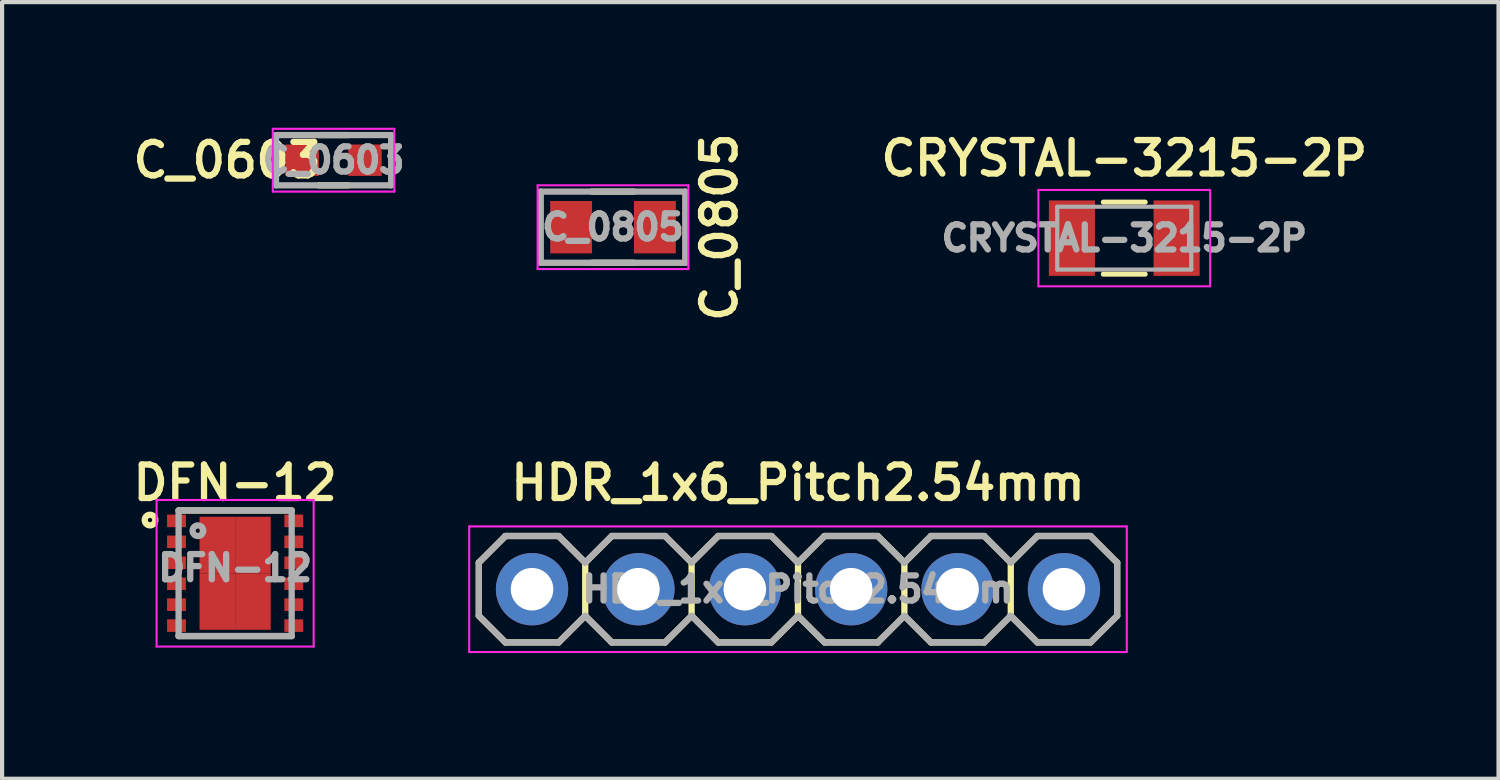
<source format=kicad_pcb>
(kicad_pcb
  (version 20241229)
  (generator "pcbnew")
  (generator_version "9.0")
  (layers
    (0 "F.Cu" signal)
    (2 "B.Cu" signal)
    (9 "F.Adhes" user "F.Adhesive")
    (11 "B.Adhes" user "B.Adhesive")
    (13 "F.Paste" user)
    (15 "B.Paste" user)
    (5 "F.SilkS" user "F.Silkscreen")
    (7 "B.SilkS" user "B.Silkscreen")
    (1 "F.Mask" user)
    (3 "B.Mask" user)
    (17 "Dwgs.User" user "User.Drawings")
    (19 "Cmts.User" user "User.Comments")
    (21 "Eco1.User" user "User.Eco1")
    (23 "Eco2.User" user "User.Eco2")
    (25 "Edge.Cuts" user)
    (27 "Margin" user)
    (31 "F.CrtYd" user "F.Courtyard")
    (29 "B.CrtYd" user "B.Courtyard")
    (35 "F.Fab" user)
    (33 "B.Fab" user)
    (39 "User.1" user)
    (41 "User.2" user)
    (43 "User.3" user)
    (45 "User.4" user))
  (footprint "DFN-12"
    (layer "F.Cu")
    (at 2.564 10.637)
    (property "Reference" "DFN-12" (at 0 -2.159 0) (layer "F.SilkS") (effects (font (size 0.8 0.8) (thickness 0.15))))
    (attr smd)
    (fp_line (start -1.35 -1.5) (end 1.35 -1.5) (stroke (width 0.15) (type solid)) (layer "F.SilkS"))
    (fp_line (start -1.35 1.5) (end 1.35 1.5) (stroke (width 0.15) (type solid)) (layer "F.SilkS"))
    (fp_circle (center -2.032 -1.27) (end -2.159 -1.27) (stroke (width 0.15) (type solid)) (fill no) (layer "F.SilkS"))
    (fp_line (start -1.875 -1.75) (end -1.875 1.75) (stroke (width 0.05) (type solid)) (layer "F.CrtYd"))
    (fp_line (start -1.875 -1.75) (end 1.875 -1.75) (stroke (width 0.05) (type solid)) (layer "F.CrtYd"))
    (fp_line (start -1.875 1.75) (end 1.875 1.75) (stroke (width 0.05) (type solid)) (layer "F.CrtYd"))
    (fp_line (start 1.875 -1.75) (end 1.875 1.75) (stroke (width 0.05) (type solid)) (layer "F.CrtYd"))
    (fp_line (start -1.35 -1.5) (end 1.35 -1.5) (stroke (width 0.15) (type solid)) (layer "F.Fab"))
    (fp_line (start -1.35 1.5) (end -1.35 -1.5) (stroke (width 0.15) (type solid)) (layer "F.Fab"))
    (fp_line (start -1.35 1.5) (end 1.35 1.5) (stroke (width 0.15) (type solid)) (layer "F.Fab"))
    (fp_line (start 1.35 -1.5) (end 1.35 1.5) (stroke (width 0.15) (type solid)) (layer "F.Fab"))
    (fp_circle (center -0.889 -1.016) (end -1.016 -1.016) (stroke (width 0.15) (type solid)) (fill no) (layer "F.Fab"))
    (fp_text user "${REFERENCE}" (at 0 -0.127 0) (layer "F.Fab") (effects (font (size 0.6 0.6) (thickness 0.15))))
    (pad "1" smd rect (at -1.4 -1.25) (size 0.45 0.3) (layers "F.Cu" "F.Mask" "F.Paste"))
    (pad "2" smd rect (at -1.4 -0.75) (size 0.45 0.3) (layers "F.Cu" "F.Mask" "F.Paste"))
    (pad "3" smd rect (at -1.4 -0.25) (size 0.45 0.3) (layers "F.Cu" "F.Mask" "F.Paste"))
    (pad "4" smd rect (at -1.4 0.25) (size 0.45 0.3) (layers "F.Cu" "F.Mask" "F.Paste"))
    (pad "5" smd rect (at -1.4 0.75) (size 0.45 0.3) (layers "F.Cu" "F.Mask" "F.Paste"))
    (pad "6" smd rect (at -1.4 1.25) (size 0.45 0.3) (layers "F.Cu" "F.Mask" "F.Paste"))
    (pad "7" smd rect (at 1.4 1.25) (size 0.45 0.3) (layers "F.Cu" "F.Mask" "F.Paste"))
    (pad "8" smd rect (at 1.4 0.75) (size 0.45 0.3) (layers "F.Cu" "F.Mask" "F.Paste"))
    (pad "9" smd rect (at 1.4 0.25) (size 0.45 0.3) (layers "F.Cu" "F.Mask" "F.Paste"))
    (pad "10" smd rect (at 1.4 -0.25) (size 0.45 0.3) (layers "F.Cu" "F.Mask" "F.Paste"))
    (pad "11" smd rect (at 1.4 -0.75) (size 0.45 0.3) (layers "F.Cu" "F.Mask" "F.Paste"))
    (pad "12" smd rect (at 1.4 -1.25) (size 0.45 0.3) (layers "F.Cu" "F.Mask" "F.Paste"))
    (pad "13" smd rect (at -0.425 -0.675) (size 0.85 1.35) (layers "F.Cu" "F.Mask" "F.Paste"))
    (pad "13" smd rect (at -0.425 0.675) (size 0.85 1.35) (layers "F.Cu" "F.Mask" "F.Paste"))
    (pad "13" smd rect (at 0.425 -0.675) (size 0.85 1.35) (layers "F.Cu" "F.Mask" "F.Paste"))
    (pad "13" smd rect (at 0.425 0.675) (size 0.85 1.35) (layers "F.Cu" "F.Mask" "F.Paste")))
  (footprint "HDR_1x6_Pitch2.54mm"
    (layer "F.Cu")
    (at 16.003 11.018)
    (property "Reference" "HDR_1x6_Pitch2.54mm" (at 0 -2.54 0) (layer "F.SilkS") (effects (font (size 0.8 0.8) (thickness 0.15))))
    (attr through_hole)
    (fp_line (start -7.62 -0.635) (end -7.62 0.635) (stroke (width 0.15) (type solid)) (layer "F.SilkS"))
    (fp_line (start -7.62 0.635) (end -6.985 1.27) (stroke (width 0.15) (type solid)) (layer "F.SilkS"))
    (fp_line (start -6.985 -1.27) (end -7.62 -0.635) (stroke (width 0.15) (type solid)) (layer "F.SilkS"))
    (fp_line (start -6.985 1.27) (end -5.715 1.27) (stroke (width 0.15) (type solid)) (layer "F.SilkS"))
    (fp_line (start -5.715 -1.27) (end -6.985 -1.27) (stroke (width 0.15) (type solid)) (layer "F.SilkS"))
    (fp_line (start -5.715 1.27) (end -5.08 0.635) (stroke (width 0.15) (type solid)) (layer "F.SilkS"))
    (fp_line (start -5.08 -0.635) (end -5.715 -1.27) (stroke (width 0.15) (type solid)) (layer "F.SilkS"))
    (fp_line (start -5.08 -0.635) (end -5.08 0.635) (stroke (width 0.15) (type solid)) (layer "F.SilkS"))
    (fp_line (start -5.08 0.635) (end -4.445 1.27) (stroke (width 0.15) (type solid)) (layer "F.SilkS"))
    (fp_line (start -4.445 -1.27) (end -5.08 -0.635) (stroke (width 0.15) (type solid)) (layer "F.SilkS"))
    (fp_line (start -4.445 1.27) (end -3.175 1.27) (stroke (width 0.15) (type solid)) (layer "F.SilkS"))
    (fp_line (start -3.175 -1.27) (end -4.445 -1.27) (stroke (width 0.15) (type solid)) (layer "F.SilkS"))
    (fp_line (start -3.175 1.27) (end -2.54 0.635) (stroke (width 0.15) (type solid)) (layer "F.SilkS"))
    (fp_line (start -2.54 -0.635) (end -3.175 -1.27) (stroke (width 0.15) (type solid)) (layer "F.SilkS"))
    (fp_line (start -2.54 -0.635) (end -2.54 0.635) (stroke (width 0.15) (type solid)) (layer "F.SilkS"))
    (fp_line (start -2.54 0.635) (end -1.905 1.27) (stroke (width 0.15) (type solid)) (layer "F.SilkS"))
    (fp_line (start -1.905 -1.27) (end -2.54 -0.635) (stroke (width 0.15) (type solid)) (layer "F.SilkS"))
    (fp_line (start -1.905 1.27) (end -0.635 1.27) (stroke (width 0.15) (type solid)) (layer "F.SilkS"))
    (fp_line (start -0.635 -1.27) (end -1.905 -1.27) (stroke (width 0.15) (type solid)) (layer "F.SilkS"))
    (fp_line (start -0.635 1.27) (end 0 0.635) (stroke (width 0.15) (type solid)) (layer "F.SilkS"))
    (fp_line (start 0 -0.635) (end -0.635 -1.27) (stroke (width 0.15) (type solid)) (layer "F.SilkS"))
    (fp_line (start 0 -0.635) (end 0 0.635) (stroke (width 0.15) (type solid)) (layer "F.SilkS"))
    (fp_line (start 0 0.635) (end 0.635 1.27) (stroke (width 0.15) (type solid)) (layer "F.SilkS"))
    (fp_line (start 0.635 -1.27) (end 0 -0.635) (stroke (width 0.15) (type solid)) (layer "F.SilkS"))
    (fp_line (start 0.635 1.27) (end 1.905 1.27) (stroke (width 0.15) (type solid)) (layer "F.SilkS"))
    (fp_line (start 1.905 -1.27) (end 0.635 -1.27) (stroke (width 0.15) (type solid)) (layer "F.SilkS"))
    (fp_line (start 1.905 1.27) (end 2.54 0.635) (stroke (width 0.15) (type solid)) (layer "F.SilkS"))
    (fp_line (start 2.54 -0.635) (end 1.905 -1.27) (stroke (width 0.15) (type solid)) (layer "F.SilkS"))
    (fp_line (start 2.54 -0.635) (end 2.54 0.635) (stroke (width 0.15) (type solid)) (layer "F.SilkS"))
    (fp_line (start 2.54 0.635) (end 3.175 1.27) (stroke (width 0.15) (type solid)) (layer "F.SilkS"))
    (fp_line (start 3.175 -1.27) (end 2.54 -0.635) (stroke (width 0.15) (type solid)) (layer "F.SilkS"))
    (fp_line (start 3.175 1.27) (end 4.445 1.27) (stroke (width 0.15) (type solid)) (layer "F.SilkS"))
    (fp_line (start 4.445 -1.27) (end 3.175 -1.27) (stroke (width 0.15) (type solid)) (layer "F.SilkS"))
    (fp_line (start 4.445 1.27) (end 5.08 0.635) (stroke (width 0.15) (type solid)) (layer "F.SilkS"))
    (fp_line (start 5.08 -0.635) (end 4.445 -1.27) (stroke (width 0.15) (type solid)) (layer "F.SilkS"))
    (fp_line (start 5.08 -0.635) (end 5.08 0.635) (stroke (width 0.15) (type solid)) (layer "F.SilkS"))
    (fp_line (start 5.08 0.635) (end 5.715 1.27) (stroke (width 0.15) (type solid)) (layer "F.SilkS"))
    (fp_line (start 5.715 -1.27) (end 5.08 -0.635) (stroke (width 0.15) (type solid)) (layer "F.SilkS"))
    (fp_line (start 5.715 1.27) (end 6.985 1.27) (stroke (width 0.15) (type solid)) (layer "F.SilkS"))
    (fp_line (start 6.985 -1.27) (end 5.715 -1.27) (stroke (width 0.15) (type solid)) (layer "F.SilkS"))
    (fp_line (start 6.985 1.27) (end 7.62 0.635) (stroke (width 0.15) (type solid)) (layer "F.SilkS"))
    (fp_line (start 7.62 -0.635) (end 6.985 -1.27) (stroke (width 0.15) (type solid)) (layer "F.SilkS"))
    (fp_line (start 7.62 0.635) (end 7.62 -0.635) (stroke (width 0.15) (type solid)) (layer "F.SilkS"))
    (fp_line (start -7.85 -1.5) (end -7.85 1.5) (stroke (width 0.05) (type solid)) (layer "F.CrtYd"))
    (fp_line (start -7.85 1.5) (end 7.85 1.5) (stroke (width 0.05) (type solid)) (layer "F.CrtYd"))
    (fp_line (start 7.85 -1.5) (end -7.85 -1.5) (stroke (width 0.05) (type solid)) (layer "F.CrtYd"))
    (fp_line (start 7.85 1.5) (end 7.85 -1.5) (stroke (width 0.05) (type solid)) (layer "F.CrtYd"))
    (fp_line (start -7.62 -0.635) (end -7.62 0.635) (stroke (width 0.15) (type solid)) (layer "F.Fab"))
    (fp_line (start -7.62 0.635) (end -6.985 1.27) (stroke (width 0.15) (type solid)) (layer "F.Fab"))
    (fp_line (start -6.985 -1.27) (end -7.62 -0.635) (stroke (width 0.15) (type solid)) (layer "F.Fab"))
    (fp_line (start -6.985 1.27) (end -5.715 1.27) (stroke (width 0.15) (type solid)) (layer "F.Fab"))
    (fp_line (start -5.715 -1.27) (end -6.985 -1.27) (stroke (width 0.15) (type solid)) (layer "F.Fab"))
    (fp_line (start -5.715 1.27) (end -5.08 0.635) (stroke (width 0.15) (type solid)) (layer "F.Fab"))
    (fp_line (start -5.08 -0.635) (end -5.715 -1.27) (stroke (width 0.15) (type solid)) (layer "F.Fab"))
    (fp_line (start -5.08 0.635) (end -4.445 1.27) (stroke (width 0.15) (type solid)) (layer "F.Fab"))
    (fp_line (start -4.445 -1.27) (end -5.08 -0.635) (stroke (width 0.15) (type solid)) (layer "F.Fab"))
    (fp_line (start -4.445 1.27) (end -3.175 1.27) (stroke (width 0.15) (type solid)) (layer "F.Fab"))
    (fp_line (start -3.175 -1.27) (end -4.445 -1.27) (stroke (width 0.15) (type solid)) (layer "F.Fab"))
    (fp_line (start -3.175 1.27) (end -2.54 0.635) (stroke (width 0.15) (type solid)) (layer "F.Fab"))
    (fp_line (start -2.54 -0.635) (end -3.175 -1.27) (stroke (width 0.15) (type solid)) (layer "F.Fab"))
    (fp_line (start -2.54 0.635) (end -1.905 1.27) (stroke (width 0.15) (type solid)) (layer "F.Fab"))
    (fp_line (start -1.905 -1.27) (end -2.54 -0.635) (stroke (width 0.15) (type solid)) (layer "F.Fab"))
    (fp_line (start -1.905 1.27) (end -0.635 1.27) (stroke (width 0.15) (type solid)) (layer "F.Fab"))
    (fp_line (start -0.635 -1.27) (end -1.905 -1.27) (stroke (width 0.15) (type solid)) (layer "F.Fab"))
    (fp_line (start -0.635 1.27) (end 0 0.635) (stroke (width 0.15) (type solid)) (layer "F.Fab"))
    (fp_line (start 0 -0.635) (end -0.635 -1.27) (stroke (width 0.15) (type solid)) (layer "F.Fab"))
    (fp_line (start 0 0.635) (end 0.635 1.27) (stroke (width 0.15) (type solid)) (layer "F.Fab"))
    (fp_line (start 0.635 -1.27) (end 0 -0.635) (stroke (width 0.15) (type solid)) (layer "F.Fab"))
    (fp_line (start 0.635 1.27) (end 1.905 1.27) (stroke (width 0.15) (type solid)) (layer "F.Fab"))
    (fp_line (start 1.905 -1.27) (end 0.635 -1.27) (stroke (width 0.15) (type solid)) (layer "F.Fab"))
    (fp_line (start 1.905 1.27) (end 2.54 0.635) (stroke (width 0.15) (type solid)) (layer "F.Fab"))
    (fp_line (start 2.54 -0.635) (end 1.905 -1.27) (stroke (width 0.15) (type solid)) (layer "F.Fab"))
    (fp_line (start 2.54 0.635) (end 3.175 1.27) (stroke (width 0.15) (type solid)) (layer "F.Fab"))
    (fp_line (start 3.175 -1.27) (end 2.54 -0.635) (stroke (width 0.15) (type solid)) (layer "F.Fab"))
    (fp_line (start 3.175 1.27) (end 4.445 1.27) (stroke (width 0.15) (type solid)) (layer "F.Fab"))
    (fp_line (start 4.445 -1.27) (end 3.175 -1.27) (stroke (width 0.15) (type solid)) (layer "F.Fab"))
    (fp_line (start 4.445 1.27) (end 5.08 0.635) (stroke (width 0.15) (type solid)) (layer "F.Fab"))
    (fp_line (start 5.08 -0.635) (end 4.445 -1.27) (stroke (width 0.15) (type solid)) (layer "F.Fab"))
    (fp_line (start 5.08 0.635) (end 5.715 1.27) (stroke (width 0.15) (type solid)) (layer "F.Fab"))
    (fp_line (start 5.715 -1.27) (end 5.08 -0.635) (stroke (width 0.15) (type solid)) (layer "F.Fab"))
    (fp_line (start 5.715 1.27) (end 6.985 1.27) (stroke (width 0.15) (type solid)) (layer "F.Fab"))
    (fp_line (start 6.985 -1.27) (end 5.715 -1.27) (stroke (width 0.15) (type solid)) (layer "F.Fab"))
    (fp_line (start 6.985 1.27) (end 7.62 0.635) (stroke (width 0.15) (type solid)) (layer "F.Fab"))
    (fp_line (start 7.62 -0.635) (end 6.985 -1.27) (stroke (width 0.15) (type solid)) (layer "F.Fab"))
    (fp_line (start 7.62 0.635) (end 7.62 -0.635) (stroke (width 0.15) (type solid)) (layer "F.Fab"))
    (fp_text user "${REFERENCE}" (at 0 0 0) (layer "F.Fab") (effects (font (size 0.6 0.6) (thickness 0.15))))
    (pad "1" thru_hole oval (at -6.35 0) (size 1.727 1.727) (drill 1.016) (layers "*.Cu" "*.Mask"))
    (pad "2" thru_hole oval (at -3.81 0) (size 1.727 1.727) (drill 1.016) (layers "*.Cu" "*.Mask"))
    (pad "3" thru_hole oval (at -1.27 0) (size 1.727 1.727) (drill 1.016) (layers "*.Cu" "*.Mask"))
    (pad "4" thru_hole oval (at 1.27 0) (size 1.727 1.727) (drill 1.016) (layers "*.Cu" "*.Mask"))
    (pad "5" thru_hole oval (at 3.81 0) (size 1.727 1.727) (drill 1.016) (layers "*.Cu" "*.Mask"))
    (pad "6" thru_hole oval (at 6.35 0) (size 1.727 1.727) (drill 1.016) (layers "*.Cu" "*.Mask")))
  (footprint "CRYSTAL-3215-2P"
    (layer "F.Cu")
    (at 23.793 2.636)
    (property "Reference" "CRYSTAL-3215-2P" (at 0 -1.905 180) (layer "F.SilkS") (effects (font (size 0.8 0.8) (thickness 0.15))))
    (attr smd)
    (fp_line (start -0.5 -0.86) (end 0.5 -0.86) (stroke (width 0.12) (type solid)) (layer "F.SilkS"))
    (fp_line (start -0.5 0.86) (end 0.5 0.86) (stroke (width 0.12) (type solid)) (layer "F.SilkS"))
    (fp_line (start -2.05 -1.15) (end -2.05 1.15) (stroke (width 0.05) (type solid)) (layer "F.CrtYd"))
    (fp_line (start -2.05 1.15) (end 2.05 1.15) (stroke (width 0.05) (type solid)) (layer "F.CrtYd"))
    (fp_line (start 2.05 -1.15) (end -2.05 -1.15) (stroke (width 0.05) (type solid)) (layer "F.CrtYd"))
    (fp_line (start 2.05 1.15) (end 2.05 -1.15) (stroke (width 0.05) (type solid)) (layer "F.CrtYd"))
    (fp_line (start -1.6 -0.75) (end -1.6 0.75) (stroke (width 0.1) (type solid)) (layer "F.Fab"))
    (fp_line (start -1.6 -0.75) (end 1.6 -0.75) (stroke (width 0.1) (type solid)) (layer "F.Fab"))
    (fp_line (start -1.6 0.75) (end 1.6 0.75) (stroke (width 0.1) (type solid)) (layer "F.Fab"))
    (fp_line (start 1.6 -0.75) (end 1.6 0.75) (stroke (width 0.1) (type solid)) (layer "F.Fab"))
    (fp_text user "${REFERENCE}" (at 0 0 180) (layer "F.Fab") (effects (font (size 0.6 0.6) (thickness 0.15))))
    (pad "1" smd rect (at -1.25 0) (size 1.1 1.8) (layers "F.Cu" "F.Mask" "F.Paste"))
    (pad "2" smd rect (at 1.25 0) (size 1.1 1.8) (layers "F.Cu" "F.Mask" "F.Paste")))
  (footprint "C_0603"
    (layer "F.Cu")
    (at 4.914 0.775)
    (property "Reference" "C_0603" (at -2.54 0 0) (layer "F.SilkS") (effects (font (size 0.8 0.8) (thickness 0.15))))
    (attr smd)
    (fp_line (start -0.35 -0.6) (end 0.35 -0.6) (stroke (width 0.15) (type solid)) (layer "F.SilkS"))
    (fp_line (start 0.35 0.6) (end -0.35 0.6) (stroke (width 0.15) (type solid)) (layer "F.SilkS"))
    (fp_line (start -1.45 -0.75) (end -1.45 0.75) (stroke (width 0.05) (type solid)) (layer "F.CrtYd"))
    (fp_line (start -1.45 -0.75) (end 1.45 -0.75) (stroke (width 0.05) (type solid)) (layer "F.CrtYd"))
    (fp_line (start -1.45 0.75) (end 1.45 0.75) (stroke (width 0.05) (type solid)) (layer "F.CrtYd"))
    (fp_line (start 1.45 -0.75) (end 1.45 0.75) (stroke (width 0.05) (type solid)) (layer "F.CrtYd"))
    (fp_line (start -1.375 -0.6) (end 1.375 -0.6) (stroke (width 0.15) (type solid)) (layer "F.Fab"))
    (fp_line (start -1.375 0.6) (end -1.375 -0.6) (stroke (width 0.15) (type solid)) (layer "F.Fab"))
    (fp_line (start 1.375 -0.6) (end 1.375 0.6) (stroke (width 0.15) (type solid)) (layer "F.Fab"))
    (fp_line (start 1.375 0.6) (end -1.375 0.6) (stroke (width 0.15) (type solid)) (layer "F.Fab"))
    (fp_text user "${REFERENCE}" (at 0 0 0) (layer "F.Fab") (effects (font (size 0.6 0.6) (thickness 0.15))))
    (pad "1" smd rect (at -0.75 0) (size 0.8 0.75) (layers "F.Cu" "F.Mask" "F.Paste"))
    (pad "2" smd rect (at 0.75 0) (size 0.8 0.75) (layers "F.Cu" "F.Mask" "F.Paste")))
  (footprint "C_0805"
    (layer "F.Cu")
    (at 11.586 2.374)
    (property "Reference" "C_0805" (at 2.54 0 270) (layer "F.SilkS") (effects (font (size 0.8 0.8) (thickness 0.15))))
    (attr smd)
    (fp_line (start -0.5 0.85) (end 0.5 0.85) (stroke (width 0.15) (type solid)) (layer "F.SilkS"))
    (fp_line (start 0.5 -0.85) (end -0.5 -0.85) (stroke (width 0.15) (type solid)) (layer "F.SilkS"))
    (fp_poly (pts (xy -1.45 0.6) (xy -0.55 0.6) (xy -0.55 0.2) (xy -0.85 0.2) (xy -0.85 -0.2) (xy -0.55 -0.2) (xy -0.55 -0.6) (xy -1.45 -0.6)) (stroke (width 0) (type solid)) (fill yes) (layer "F.Paste"))
    (fp_poly (pts (xy 1.45 -0.6) (xy 0.55 -0.6) (xy 0.55 -0.2) (xy 0.85 -0.2) (xy 0.85 0.2) (xy 0.55 0.2) (xy 0.55 0.6) (xy 1.45 0.6)) (stroke (width 0) (type solid)) (fill yes) (layer "F.Paste"))
    (fp_line (start -1.8 -1) (end -1.8 1) (stroke (width 0.05) (type solid)) (layer "F.CrtYd"))
    (fp_line (start -1.8 -1) (end 1.8 -1) (stroke (width 0.05) (type solid)) (layer "F.CrtYd"))
    (fp_line (start -1.8 1) (end 1.8 1) (stroke (width 0.05) (type solid)) (layer "F.CrtYd"))
    (fp_line (start 1.8 -1) (end 1.8 1) (stroke (width 0.05) (type solid)) (layer "F.CrtYd"))
    (fp_line (start -1.725 -0.85) (end 1.725 -0.85) (stroke (width 0.15) (type solid)) (layer "F.Fab"))
    (fp_line (start -1.725 0.85) (end -1.725 -0.85) (stroke (width 0.15) (type solid)) (layer "F.Fab"))
    (fp_line (start 1.725 -0.85) (end 1.725 0.85) (stroke (width 0.15) (type solid)) (layer "F.Fab"))
    (fp_line (start 1.725 0.85) (end -1.725 0.85) (stroke (width 0.15) (type solid)) (layer "F.Fab"))
    (fp_text user "${REFERENCE}" (at 0 0 0) (layer "F.Fab") (effects (font (size 0.6 0.6) (thickness 0.15))))
    (pad "1" smd rect (at -1 0) (size 1 1.25) (layers "F.Cu" "F.Mask"))
    (pad "2" smd rect (at 1 0) (size 1 1.25) (layers "F.Cu" "F.Mask")))
  (gr_rect
    (start -3 -3)
    (end 32.729 15.543)
    (stroke (width 0.1) (type default))
    (fill no)
    (layer "Edge.Cuts")))
</source>
